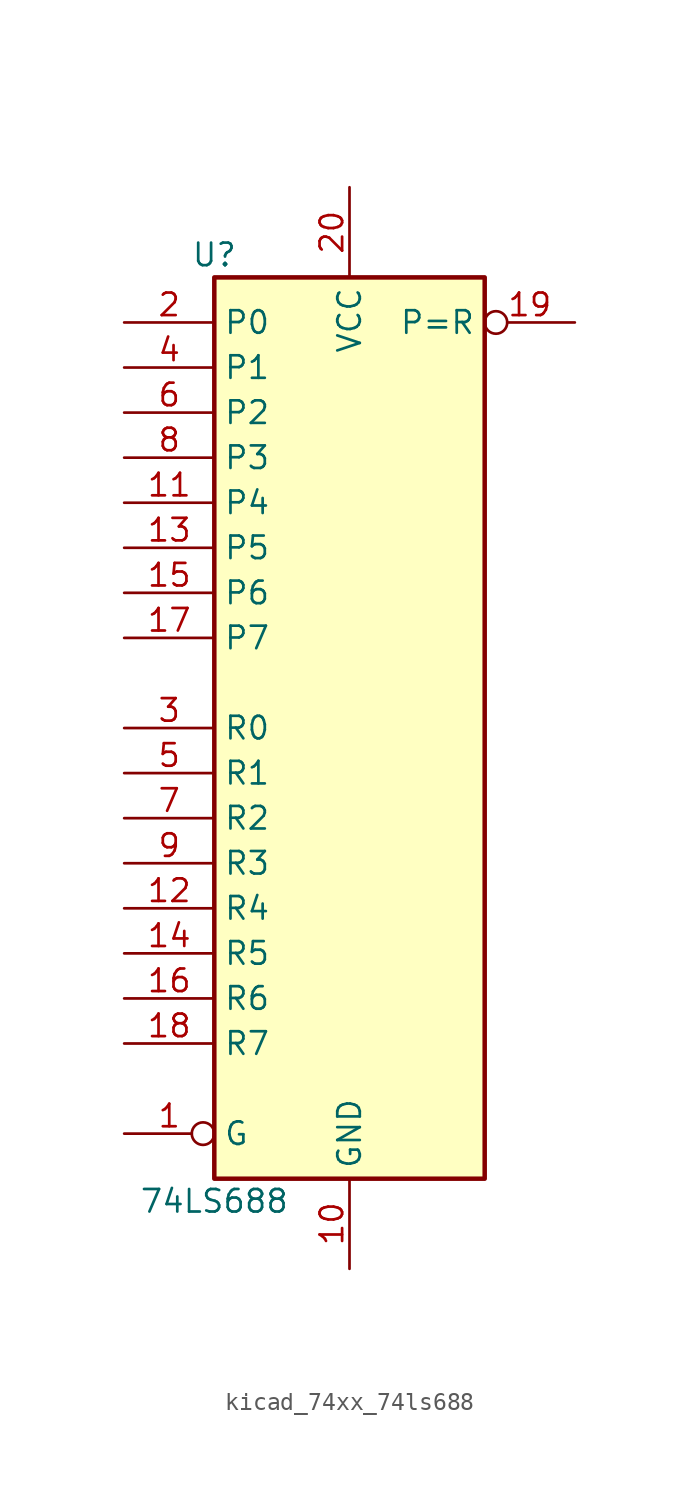
<source format=kicad_sym>
(kicad_symbol_lib
  (version 20220914)
  (generator kicad_symbol_editor)
  (symbol "kicad_74xx_74ls688"
    (property "Reference" "U"
      (at -7.62 26.67 0)
      (effects (font (size 1.27 1.27))))
    (property "Value" "74LS688"
      (at -7.62 -26.67 0)
      (effects (font (size 1.27 1.27))))
    (symbol "kicad_74xx_74ls688_1_0"
      (pin input inverted (at -12.7 -22.86 0) (length 5.08) (name "G" (effects (font (size 1.27 1.27)))) (number "1" (effects (font (size 1.27 1.27)))))
      (pin power_in line (at 0 -30.48 90) (length 5.08) (name "GND" (effects (font (size 1.27 1.27)))) (number "10" (effects (font (size 1.27 1.27)))))
      (pin input line (at -12.7 12.7 0) (length 5.08) (name "P4" (effects (font (size 1.27 1.27)))) (number "11" (effects (font (size 1.27 1.27)))))
      (pin input line (at -12.7 -10.16 0) (length 5.08) (name "R4" (effects (font (size 1.27 1.27)))) (number "12" (effects (font (size 1.27 1.27)))))
      (pin input line (at -12.7 10.16 0) (length 5.08) (name "P5" (effects (font (size 1.27 1.27)))) (number "13" (effects (font (size 1.27 1.27)))))
      (pin input line (at -12.7 -12.7 0) (length 5.08) (name "R5" (effects (font (size 1.27 1.27)))) (number "14" (effects (font (size 1.27 1.27)))))
      (pin input line (at -12.7 7.62 0) (length 5.08) (name "P6" (effects (font (size 1.27 1.27)))) (number "15" (effects (font (size 1.27 1.27)))))
      (pin input line (at -12.7 -15.24 0) (length 5.08) (name "R6" (effects (font (size 1.27 1.27)))) (number "16" (effects (font (size 1.27 1.27)))))
      (pin input line (at -12.7 5.08 0) (length 5.08) (name "P7" (effects (font (size 1.27 1.27)))) (number "17" (effects (font (size 1.27 1.27)))))
      (pin input line (at -12.7 -17.78 0) (length 5.08) (name "R7" (effects (font (size 1.27 1.27)))) (number "18" (effects (font (size 1.27 1.27)))))
      (pin output inverted (at 12.7 22.86 180) (length 5.08) (name "P=R" (effects (font (size 1.27 1.27)))) (number "19" (effects (font (size 1.27 1.27)))))
      (pin input line (at -12.7 22.86 0) (length 5.08) (name "P0" (effects (font (size 1.27 1.27)))) (number "2" (effects (font (size 1.27 1.27)))))
      (pin power_in line (at 0 30.48 270) (length 5.08) (name "VCC" (effects (font (size 1.27 1.27)))) (number "20" (effects (font (size 1.27 1.27)))))
      (pin input line (at -12.7 0 0) (length 5.08) (name "R0" (effects (font (size 1.27 1.27)))) (number "3" (effects (font (size 1.27 1.27)))))
      (pin input line (at -12.7 20.32 0) (length 5.08) (name "P1" (effects (font (size 1.27 1.27)))) (number "4" (effects (font (size 1.27 1.27)))))
      (pin input line (at -12.7 -2.54 0) (length 5.08) (name "R1" (effects (font (size 1.27 1.27)))) (number "5" (effects (font (size 1.27 1.27)))))
      (pin input line (at -12.7 17.78 0) (length 5.08) (name "P2" (effects (font (size 1.27 1.27)))) (number "6" (effects (font (size 1.27 1.27)))))
      (pin input line (at -12.7 -5.08 0) (length 5.08) (name "R2" (effects (font (size 1.27 1.27)))) (number "7" (effects (font (size 1.27 1.27)))))
      (pin input line (at -12.7 15.24 0) (length 5.08) (name "P3" (effects (font (size 1.27 1.27)))) (number "8" (effects (font (size 1.27 1.27)))))
      (pin input line (at -12.7 -7.62 0) (length 5.08) (name "R3" (effects (font (size 1.27 1.27)))) (number "9" (effects (font (size 1.27 1.27))))))
    (symbol "kicad_74xx_74ls688_1_1"
      (rectangle (start -7.62 25.4) (end 7.62 -25.4) (stroke (width 0.254) (type default)) (fill (type background))))))
</source>
